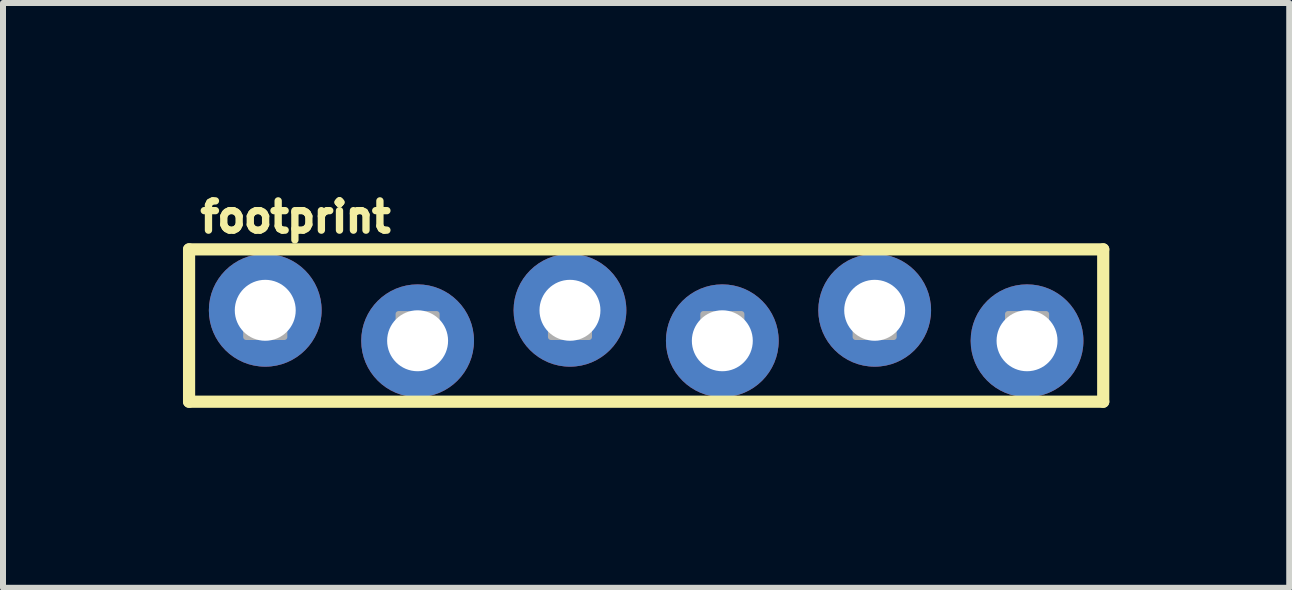
<source format=kicad_pcb>
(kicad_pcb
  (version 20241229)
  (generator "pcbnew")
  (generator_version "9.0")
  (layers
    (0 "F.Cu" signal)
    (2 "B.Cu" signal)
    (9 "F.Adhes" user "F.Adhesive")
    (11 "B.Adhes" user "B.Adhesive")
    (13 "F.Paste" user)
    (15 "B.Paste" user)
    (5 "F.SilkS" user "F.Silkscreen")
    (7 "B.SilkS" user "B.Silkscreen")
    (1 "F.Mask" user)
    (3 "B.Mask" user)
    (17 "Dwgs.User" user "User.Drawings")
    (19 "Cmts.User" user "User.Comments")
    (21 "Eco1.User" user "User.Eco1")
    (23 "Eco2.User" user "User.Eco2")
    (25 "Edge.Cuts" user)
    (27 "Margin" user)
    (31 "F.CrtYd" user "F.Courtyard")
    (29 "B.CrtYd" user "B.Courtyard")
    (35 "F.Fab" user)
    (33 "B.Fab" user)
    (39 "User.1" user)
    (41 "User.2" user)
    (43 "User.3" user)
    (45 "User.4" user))
  (footprint "footprint"
    (layer "F.Cu")
    (at 1.372 2.377)
    (property "Reference" "footprint" (at -1.143 -1.524 0) (layer "F.SilkS") (effects (font (size 0.488 0.488) (thickness 0.122)) (justify left bottom)))
    (fp_line (start -1.27 -1.27) (end -1.27 1.27) (stroke (width 0.203) (type solid)) (layer "F.SilkS"))
    (fp_line (start -1.27 -1.27) (end 13.97 -1.27) (stroke (width 0.203) (type solid)) (layer "F.SilkS"))
    (fp_line (start 13.97 -1.27) (end 13.97 1.27) (stroke (width 0.203) (type solid)) (layer "F.SilkS"))
    (fp_line (start 13.97 1.27) (end -1.27 1.27) (stroke (width 0.203) (type solid)) (layer "F.SilkS"))
    (fp_poly (pts (xy -0.318 0.191) (xy 0.318 0.191) (xy 0.318 -0.191) (xy -0.318 -0.191)) (stroke (width 0.1) (type solid)) (fill no) (layer "F.Fab"))
    (fp_poly (pts (xy 2.223 0.191) (xy 2.857 0.191) (xy 2.857 -0.191) (xy 2.223 -0.191)) (stroke (width 0.1) (type solid)) (fill no) (layer "F.Fab"))
    (fp_poly (pts (xy 4.763 0.191) (xy 5.397 0.191) (xy 5.397 -0.191) (xy 4.763 -0.191)) (stroke (width 0.1) (type solid)) (fill no) (layer "F.Fab"))
    (fp_poly (pts (xy 7.303 0.191) (xy 7.938 0.191) (xy 7.938 -0.191) (xy 7.303 -0.191)) (stroke (width 0.1) (type solid)) (fill no) (layer "F.Fab"))
    (fp_poly (pts (xy 9.842 0.191) (xy 10.477 0.191) (xy 10.477 -0.191) (xy 9.842 -0.191)) (stroke (width 0.1) (type solid)) (fill no) (layer "F.Fab"))
    (fp_poly (pts (xy 12.383 0.191) (xy 13.018 0.191) (xy 13.018 -0.191) (xy 12.383 -0.191)) (stroke (width 0.1) (type solid)) (fill no) (layer "F.Fab"))
    (pad "1" thru_hole circle (at 0 -0.254 90) (size 1.88 1.88) (drill 1.016) (layers "*.Cu" "*.Mask"))
    (pad "2" thru_hole circle (at 2.54 0.254 90) (size 1.88 1.88) (drill 1.016) (layers "*.Cu" "*.Mask"))
    (pad "3" thru_hole circle (at 5.08 -0.254 90) (size 1.88 1.88) (drill 1.016) (layers "*.Cu" "*.Mask"))
    (pad "4" thru_hole circle (at 7.62 0.254 90) (size 1.88 1.88) (drill 1.016) (layers "*.Cu" "*.Mask"))
    (pad "5" thru_hole circle (at 10.16 -0.254 90) (size 1.88 1.88) (drill 1.016) (layers "*.Cu" "*.Mask"))
    (pad "6" thru_hole circle (at 12.7 0.254 90) (size 1.88 1.88) (drill 1.016) (layers "*.Cu" "*.Mask")))
  (gr_rect
    (start -3 -3)
    (end 18.443 6.749)
    (stroke (width 0.1) (type default))
    (fill no)
    (layer "Edge.Cuts")))
</source>
